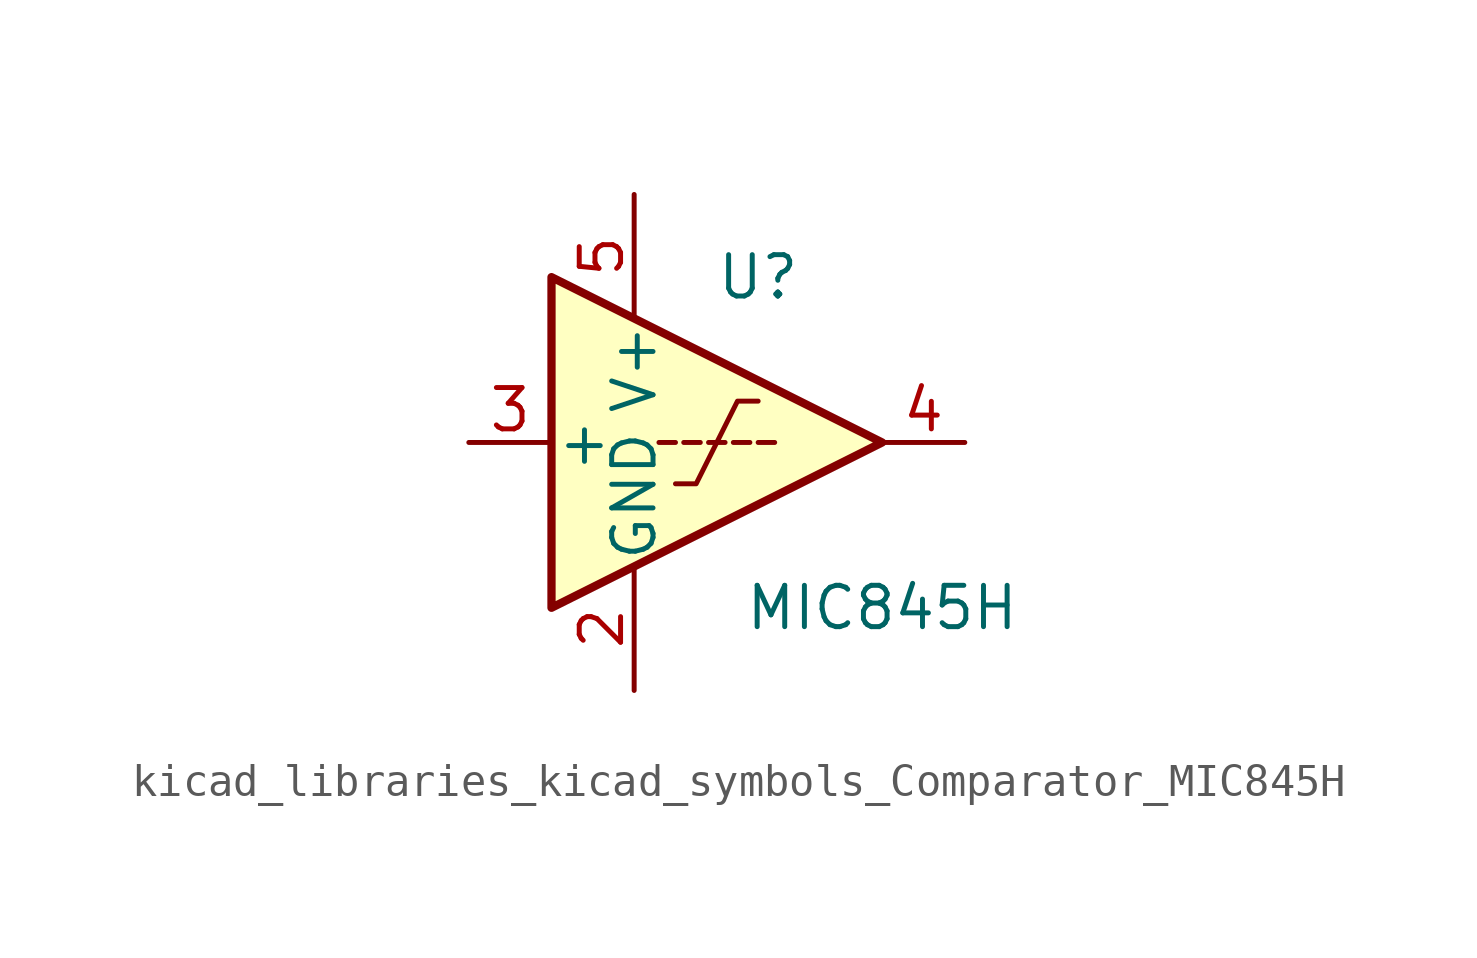
<source format=kicad_sym>
(kicad_symbol_lib
  (version 20220914)
  (generator kicad_symbol_editor)
  (symbol "kicad_libraries_kicad_symbols_Comparator_MIC845H"
    (pin_names
      (offset 0.127))
    (property "Reference" "U"
      (at 3.81 5.08 0)
      (effects (font (size 1.27 1.27))))
    (property "Value" "MIC845H"
      (at 7.62 -5.08 0)
      (effects (font (size 1.27 1.27))))
    (symbol "kicad_libraries_kicad_symbols_Comparator_MIC845H_0_1"
      (polyline (pts (xy 1.27 0) (xy 0.762 0)) (stroke (width 0) (type default)) (fill (type none)))
      (polyline (pts (xy 2.032 0) (xy 1.524 0)) (stroke (width 0) (type default)) (fill (type none)))
      (polyline (pts (xy 2.286 0) (xy 2.794 0)) (stroke (width 0) (type default)) (fill (type none)))
      (polyline (pts (xy 3.048 0) (xy 3.556 0)) (stroke (width 0) (type default)) (fill (type none)))
      (polyline (pts (xy 3.81 0) (xy 4.318 0)) (stroke (width 0) (type default)) (fill (type none)))
      (polyline (pts (xy -2.54 5.08) (xy 7.62 0) (xy -2.54 -5.08) (xy -2.54 5.08)) (stroke (width 0.254) (type default)) (fill (type background)))
      (polyline (pts (xy 1.27 -1.27) (xy 1.905 -1.27) (xy 3.175 1.27) (xy 3.81 1.27)) (stroke (width 0) (type default)) (fill (type none))))
    (symbol "kicad_libraries_kicad_symbols_Comparator_MIC845H_1_1"
      (pin no_connect line (at -2.54 0 0) (length 2.54) hide (name "NIC" (effects (font (size 1.27 1.27)))) (number "1" (effects (font (size 1.27 1.27)))))
      (pin power_in line (at 0 -7.62 90) (length 3.81) (name "GND" (effects (font (size 1.27 1.27)))) (number "2" (effects (font (size 1.27 1.27)))))
      (pin input line (at -5.08 0 0) (length 2.54) (name "+" (effects (font (size 1.27 1.27)))) (number "3" (effects (font (size 1.27 1.27)))))
      (pin output line (at 10.16 0 180) (length 2.54) (name "~" (effects (font (size 1.27 1.27)))) (number "4" (effects (font (size 1.27 1.27)))))
      (pin power_in line (at 0 7.62 270) (length 3.81) (name "V+" (effects (font (size 1.27 1.27)))) (number "5" (effects (font (size 1.27 1.27))))))))
</source>
